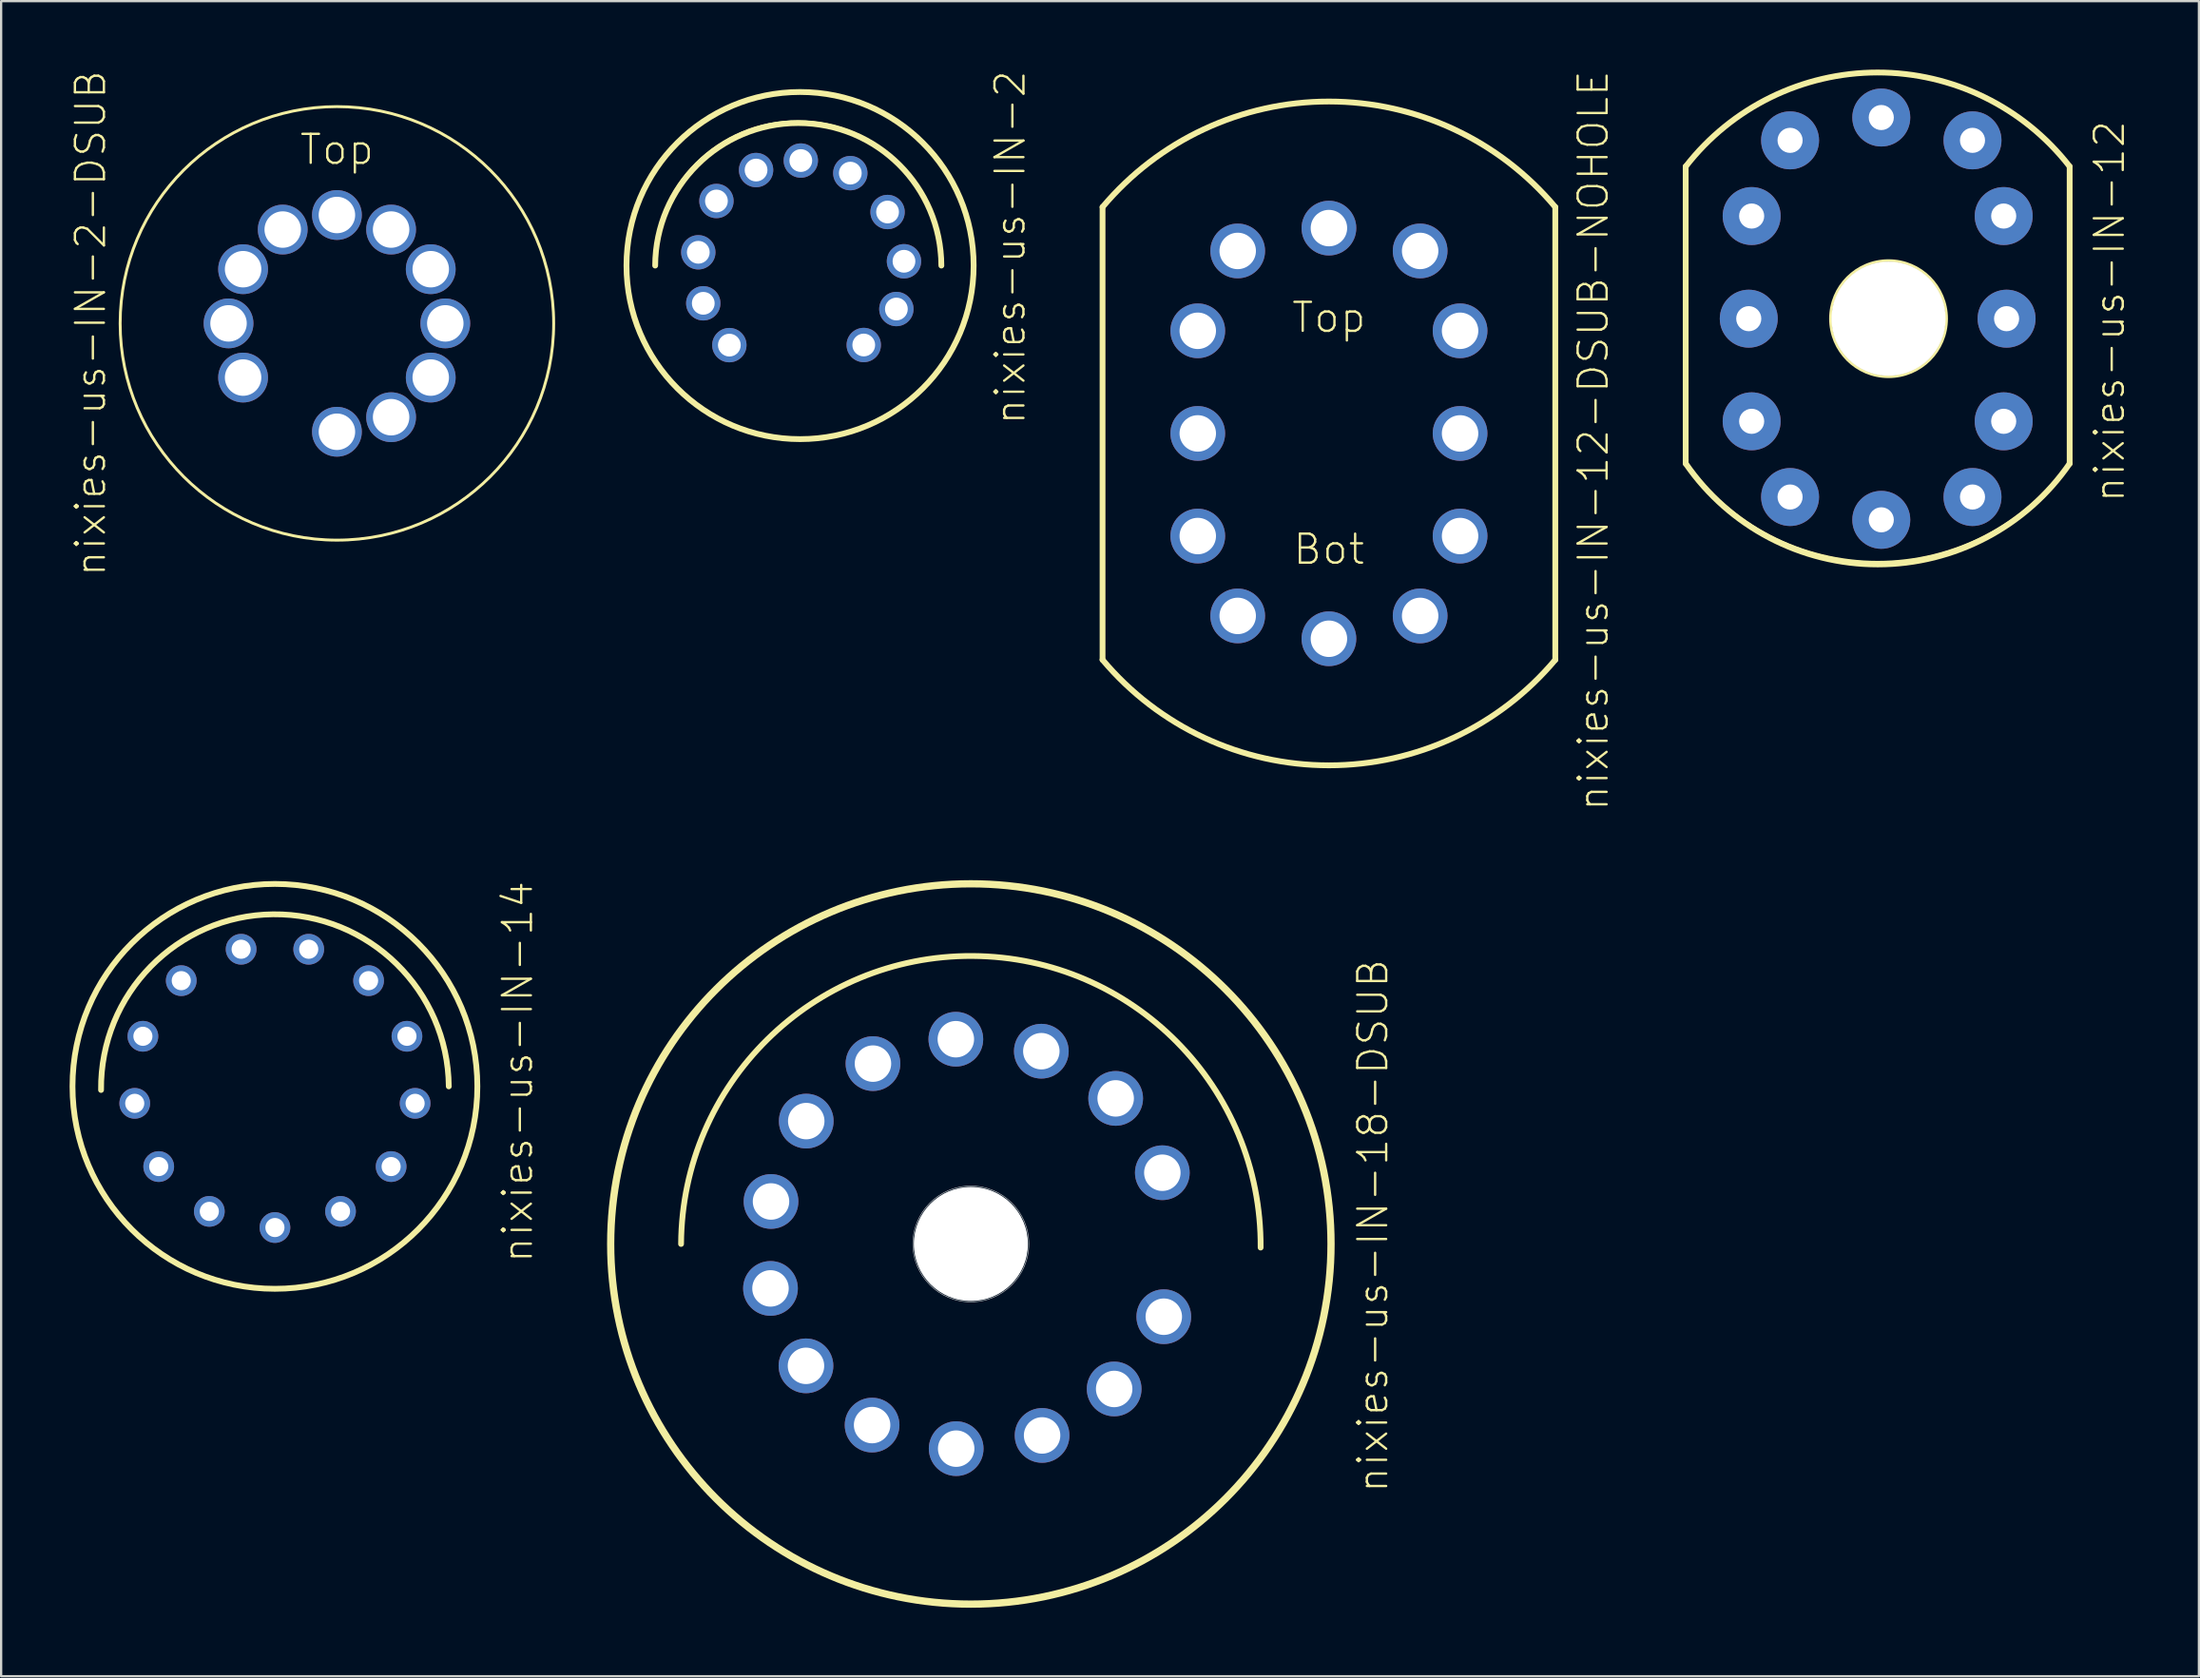
<source format=kicad_pcb>
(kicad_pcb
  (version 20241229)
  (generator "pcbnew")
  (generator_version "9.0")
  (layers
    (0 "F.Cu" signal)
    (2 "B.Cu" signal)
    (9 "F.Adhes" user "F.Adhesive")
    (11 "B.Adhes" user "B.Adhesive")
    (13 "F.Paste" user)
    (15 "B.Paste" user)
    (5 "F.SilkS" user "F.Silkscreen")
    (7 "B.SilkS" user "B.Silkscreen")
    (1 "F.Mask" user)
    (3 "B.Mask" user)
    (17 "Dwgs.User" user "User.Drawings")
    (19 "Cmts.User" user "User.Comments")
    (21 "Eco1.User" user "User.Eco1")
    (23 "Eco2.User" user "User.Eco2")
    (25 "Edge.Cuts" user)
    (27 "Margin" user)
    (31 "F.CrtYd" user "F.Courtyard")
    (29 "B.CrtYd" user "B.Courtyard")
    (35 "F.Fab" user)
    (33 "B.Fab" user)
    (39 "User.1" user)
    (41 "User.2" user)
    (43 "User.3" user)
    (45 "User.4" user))
  (footprint "nixies-us-IN-12"
    (layer "F.Cu")
    (at 79.718 10.917)
    (property "Reference" "nixies-us-IN-12" (at 9.682 -0.318 90) (layer "F.SilkS") (effects (font (size 1.27 1.27) (thickness 0.102))))
    (attr exclude_from_pos_files exclude_from_bom)
    (fp_line (start -8.89 6.19) (end -8.89 -6.668) (stroke (width 0.254) (type solid)) (layer "F.SilkS"))
    (fp_line (start -8.89 6.19) (end -8.89 6.35) (stroke (width 0.254) (type solid)) (layer "F.SilkS"))
    (fp_line (start 7.938 -6.668) (end 7.938 6.35) (stroke (width 0.254) (type solid)) (layer "F.SilkS"))
    (fp_arc (start -8.89 -6.6675) (mid -0.483925 -10.789801) (end 7.929063 -6.681627) (stroke (width 0.254) (type solid)) (layer "F.SilkS"))
    (fp_arc (start -8.89 -6.6675) (mid -0.483112 -10.757563) (end 7.929982 -6.680281) (stroke (width 0.127) (type solid)) (layer "F.SilkS"))
    (fp_arc (start 7.9375 6.35) (mid -0.475414 10.677846) (end -8.887964 6.349294) (stroke (width 0.127) (type solid)) (layer "F.SilkS"))
    (fp_arc (start 7.9375 6.35) (mid -0.469135 10.76972) (end -8.880822 6.359623) (stroke (width 0.254) (type solid)) (layer "F.SilkS"))
    (fp_circle (center 0 0) (end 0 -2.54) (stroke (width 0.127) (type solid)) (fill no) (layer "F.SilkS"))
    (pad "" np_thru_hole circle (at 0 0) (size 4.999 4.999) (drill 4.999) (layers "*.Cu" "*.Mask"))
    (pad "0" thru_hole circle (at 5.047 4.498) (size 2.54 2.54) (drill 1.1) (layers "*.Cu" "*.Mask"))
    (pad "1" thru_hole circle (at -4.315 7.816) (size 2.54 2.54) (drill 1.1) (layers "*.Cu" "*.Mask"))
    (pad "2" thru_hole circle (at -5.999 4.498) (size 2.54 2.54) (drill 1.1) (layers "*.Cu" "*.Mask"))
    (pad "3" thru_hole circle (at -6.126 0) (size 2.54 2.54) (drill 1.1) (layers "*.Cu" "*.Mask"))
    (pad "4" thru_hole circle (at -5.999 -4.498) (size 2.54 2.54) (drill 1.1) (layers "*.Cu" "*.Mask"))
    (pad "5" thru_hole circle (at -4.315 -7.816) (size 2.54 2.54) (drill 1.1) (layers "*.Cu" "*.Mask"))
    (pad "6" thru_hole circle (at -0.318 -8.816) (size 2.54 2.54) (drill 1.1) (layers "*.Cu" "*.Mask"))
    (pad "7" thru_hole circle (at 3.68 -7.816) (size 2.54 2.54) (drill 1.1) (layers "*.Cu" "*.Mask"))
    (pad "8" thru_hole circle (at 5.047 -4.498) (size 2.54 2.54) (drill 1.1) (layers "*.Cu" "*.Mask"))
    (pad "9" thru_hole circle (at 5.174 0) (size 2.54 2.54) (drill 1.1) (layers "*.Cu" "*.Mask"))
    (pad "A" thru_hole circle (at 3.68 7.816) (size 2.54 2.54) (drill 1.1) (layers "*.Cu" "*.Mask"))
    (pad "LHDP" thru_hole circle (at -0.318 8.816) (size 2.54 2.54) (drill 1.1) (layers "*.Cu" "*.Mask")))
  (footprint "nixies-us-IN-2"
    (layer "F.Cu")
    (at 32.014 8.589)
    (property "Reference" "nixies-us-IN-2" (at 9.207 -0.792 90) (layer "F.SilkS") (effects (font (size 1.27 1.27) (thickness 0.102))))
    (attr exclude_from_pos_files exclude_from_bom)
    (fp_arc (start -6.35762 -0.08636) (mid -0.094355 -6.319533) (end 6.144282 -0.06171) (stroke (width 0.127) (type solid)) (layer "F.SilkS"))
    (fp_arc (start -6.35 0) (mid -0.07874 -6.27126) (end 6.19252 0) (stroke (width 0.254) (type solid)) (layer "F.SilkS"))
    (fp_circle (center 0 0) (end 0 -7.62) (stroke (width 0.127) (type solid)) (fill no) (layer "F.SilkS"))
    (fp_circle (center 0 0) (end 0 -7.607) (stroke (width 0.254) (type solid)) (fill no) (layer "F.SilkS"))
    (pad "0" thru_hole circle (at -4.242 1.654) (size 1.506 1.506) (drill 0.998) (layers "*.Cu" "*.Mask"))
    (pad "1" thru_hole circle (at 2.791 3.482) (size 1.506 1.506) (drill 0.998) (layers "*.Cu" "*.Mask"))
    (pad "2" thru_hole circle (at 4.221 1.905) (size 1.506 1.506) (drill 0.998) (layers "*.Cu" "*.Mask"))
    (pad "3" thru_hole circle (at 4.554 -0.188) (size 1.506 1.506) (drill 0.998) (layers "*.Cu" "*.Mask"))
    (pad "4" thru_hole circle (at 3.835 -2.347) (size 1.506 1.506) (drill 0.998) (layers "*.Cu" "*.Mask"))
    (pad "5" thru_hole circle (at 2.202 -4.051) (size 1.506 1.506) (drill 0.998) (layers "*.Cu" "*.Mask"))
    (pad "6" thru_hole circle (at 0.033 -4.602) (size 1.506 1.506) (drill 0.998) (layers "*.Cu" "*.Mask"))
    (pad "7" thru_hole circle (at -1.928 -4.186) (size 1.506 1.506) (drill 0.998) (layers "*.Cu" "*.Mask"))
    (pad "8" thru_hole circle (at -3.665 -2.83) (size 1.506 1.506) (drill 0.998) (layers "*.Cu" "*.Mask"))
    (pad "9" thru_hole circle (at -4.46 -0.582) (size 1.506 1.506) (drill 0.998) (layers "*.Cu" "*.Mask"))
    (pad "A" thru_hole circle (at -3.099 3.487) (size 1.506 1.506) (drill 0.998) (layers "*.Cu" "*.Mask")))
  (footprint "nixies-us-IN-14"
    (layer "F.Cu")
    (at 8.999 44.563)
    (property "Reference" "nixies-us-IN-14" (at 10.635 -0.635 90) (layer "F.SilkS") (effects (font (size 1.27 1.27) (thickness 0.102))))
    (attr exclude_from_pos_files exclude_from_bom)
    (fp_arc (start -7.62 0.15748) (mid -0.07874 -7.54126) (end 7.62 0) (stroke (width 0.254) (type solid)) (layer "F.SilkS"))
    (fp_circle (center 0 0) (end 0 -8.872) (stroke (width 0.254) (type solid)) (fill no) (layer "F.SilkS"))
    (pad "0" thru_hole circle (at 5.093 3.515) (size 1.346 1.346) (drill 0.838) (layers "*.Cu" "*.Mask"))
    (pad "1" thru_hole circle (at -5.093 3.515) (size 1.346 1.346) (drill 0.838) (layers "*.Cu" "*.Mask"))
    (pad "2" thru_hole circle (at -6.144 0.744) (size 1.346 1.346) (drill 0.838) (layers "*.Cu" "*.Mask"))
    (pad "3" thru_hole circle (at -5.786 -2.195) (size 1.346 1.346) (drill 0.838) (layers "*.Cu" "*.Mask"))
    (pad "4" thru_hole circle (at -4.105 -4.633) (size 1.346 1.346) (drill 0.838) (layers "*.Cu" "*.Mask"))
    (pad "5" thru_hole circle (at -1.481 -6.01) (size 1.346 1.346) (drill 0.838) (layers "*.Cu" "*.Mask"))
    (pad "6" thru_hole circle (at 1.481 -6.01) (size 1.346 1.346) (drill 0.838) (layers "*.Cu" "*.Mask"))
    (pad "7" thru_hole circle (at 4.105 -4.633) (size 1.346 1.346) (drill 0.838) (layers "*.Cu" "*.Mask"))
    (pad "8" thru_hole circle (at 5.786 -2.195) (size 1.346 1.346) (drill 0.838) (layers "*.Cu" "*.Mask"))
    (pad "9" thru_hole circle (at 6.144 0.744) (size 1.346 1.346) (drill 0.838) (layers "*.Cu" "*.Mask"))
    (pad "A" thru_hole circle (at 0 6.187) (size 1.346 1.346) (drill 0.838) (layers "*.Cu" "*.Mask"))
    (pad "LHDP" thru_hole circle (at 2.875 5.479) (size 1.346 1.346) (drill 0.838) (layers "*.Cu" "*.Mask"))
    (pad "RHDP" thru_hole circle (at -2.875 5.479) (size 1.346 1.346) (drill 0.838) (layers "*.Cu" "*.Mask")))
  (footprint "nixies-us-IN-2-DSUB"
    (layer "F.Cu")
    (at 11.716 11.123)
    (property "Reference" "nixies-us-IN-2-DSUB" (at -10.795 0 270) (layer "F.SilkS") (effects (font (size 1.27 1.27) (thickness 0.102))))
    (attr exclude_from_pos_files exclude_from_bom)
    (fp_circle (center 0 0) (end 0 -9.5) (stroke (width 0.127) (type solid)) (fill no) (layer "F.SilkS"))
    (fp_text user "Top" (at 0 -7.62 0) (layer "F.SilkS") (effects (font (size 1.27 1.27) (thickness 0.102))))
    (pad "0" thru_hole circle (at -4.75 0) (size 2.182 2.182) (drill 1.598) (layers "*.Cu" "*.Mask"))
    (pad "1" thru_hole circle (at 0 4.75) (size 2.182 2.182) (drill 1.598) (layers "*.Cu" "*.Mask"))
    (pad "2" thru_hole circle (at 2.375 4.112) (size 2.182 2.182) (drill 1.598) (layers "*.Cu" "*.Mask"))
    (pad "3" thru_hole circle (at 4.112 2.375) (size 2.182 2.182) (drill 1.598) (layers "*.Cu" "*.Mask"))
    (pad "4" thru_hole circle (at 4.75 0) (size 2.182 2.182) (drill 1.598) (layers "*.Cu" "*.Mask"))
    (pad "5" thru_hole circle (at 4.112 -2.375) (size 2.182 2.182) (drill 1.598) (layers "*.Cu" "*.Mask"))
    (pad "6" thru_hole circle (at 2.375 -4.112) (size 2.182 2.182) (drill 1.598) (layers "*.Cu" "*.Mask"))
    (pad "7" thru_hole circle (at 0 -4.75) (size 2.182 2.182) (drill 1.598) (layers "*.Cu" "*.Mask"))
    (pad "8" thru_hole circle (at -2.375 -4.112) (size 2.182 2.182) (drill 1.598) (layers "*.Cu" "*.Mask"))
    (pad "9" thru_hole circle (at -4.112 -2.375) (size 2.182 2.182) (drill 1.598) (layers "*.Cu" "*.Mask"))
    (pad "A" thru_hole circle (at -4.112 2.375) (size 2.182 2.182) (drill 1.598) (layers "*.Cu" "*.Mask")))
  (footprint "nixies-us-IN-12-DSUB-NOHOLE"
    (layer "F.Cu")
    (at 55.192 15.946)
    (property "Reference" "nixies-us-IN-12-DSUB-NOHOLE" (at 11.587 0.318 90) (layer "F.SilkS") (effects (font (size 1.27 1.27) (thickness 0.102))))
    (attr exclude_from_pos_files exclude_from_bom)
    (fp_line (start -9.921 9.921) (end -9.921 -9.921) (stroke (width 0.254) (type solid)) (layer "F.SilkS"))
    (fp_line (start 9.921 -9.921) (end 9.921 9.921) (stroke (width 0.254) (type solid)) (layer "F.SilkS"))
    (fp_arc (start -9.92124 -9.92124) (mid 0.000928 -14.547158) (end 9.922433 -9.919819) (stroke (width 0.254) (type solid)) (layer "F.SilkS"))
    (fp_arc (start 9.92124 9.92124) (mid -0.000928 14.547158) (end -9.922433 9.919819) (stroke (width 0.254) (type solid)) (layer "F.SilkS"))
    (fp_text user "Bot" (at 0 5.08 0) (layer "F.SilkS") (effects (font (size 1.27 1.27) (thickness 0.102))))
    (fp_text user "Top" (at 0 -5.08 0) (layer "F.SilkS") (effects (font (size 1.27 1.27) (thickness 0.102))))
    (pad "0" thru_hole circle (at 5.748 4.498) (size 2.398 2.398) (drill 1.598) (layers "*.Cu" "*.Mask"))
    (pad "1" thru_hole circle (at -3.998 7.998) (size 2.398 2.398) (drill 1.598) (layers "*.Cu" "*.Mask"))
    (pad "2" thru_hole circle (at -5.748 4.498) (size 2.398 2.398) (drill 1.598) (layers "*.Cu" "*.Mask"))
    (pad "3" thru_hole circle (at -5.748 0) (size 2.398 2.398) (drill 1.598) (layers "*.Cu" "*.Mask"))
    (pad "4" thru_hole circle (at -5.748 -4.498) (size 2.398 2.398) (drill 1.598) (layers "*.Cu" "*.Mask"))
    (pad "5" thru_hole circle (at -3.998 -7.998) (size 2.398 2.398) (drill 1.598) (layers "*.Cu" "*.Mask"))
    (pad "6" thru_hole circle (at 0 -8.999) (size 2.398 2.398) (drill 1.598) (layers "*.Cu" "*.Mask"))
    (pad "7" thru_hole circle (at 3.998 -7.998) (size 2.398 2.398) (drill 1.598) (layers "*.Cu" "*.Mask"))
    (pad "8" thru_hole circle (at 5.748 -4.498) (size 2.398 2.398) (drill 1.598) (layers "*.Cu" "*.Mask"))
    (pad "9" thru_hole circle (at 5.748 0) (size 2.398 2.398) (drill 1.598) (layers "*.Cu" "*.Mask"))
    (pad "A" thru_hole circle (at 3.998 7.998) (size 2.398 2.398) (drill 1.598) (layers "*.Cu" "*.Mask"))
    (pad "LHDP" thru_hole circle (at 0 8.999) (size 2.398 2.398) (drill 1.598) (layers "*.Cu" "*.Mask")))
  (footprint "nixies-us-IN-18-DSUB"
    (layer "F.Cu")
    (at 39.499 51.47)
    (property "Reference" "nixies-us-IN-18-DSUB" (at 17.62 -0.792 90) (layer "F.SilkS") (effects (font (size 1.27 1.27) (thickness 0.102))))
    (attr exclude_from_pos_files exclude_from_bom)
    (fp_circle (center 0 0) (end 0 -2.54) (stroke (width 0.025) (type solid)) (fill no) (layer "F.Mask"))
    (fp_circle (center 0 0) (end 0 -1.27) (stroke (width 2.54) (type solid)) (fill no) (layer "F.Mask"))
    (fp_circle (center 0 0) (end 0 -1.27) (stroke (width 2.54) (type solid)) (fill no) (layer "B.Mask"))
    (fp_arc (start -12.7 0) (mid 0.07874 -12.62126) (end 12.7 0.15748) (stroke (width 0.254) (type solid)) (layer "F.SilkS"))
    (fp_circle (center 0 0) (end 0 -15.817) (stroke (width 0.254) (type solid)) (fill no) (layer "F.SilkS"))
    (fp_circle (center 0 0) (end 0 -15.753) (stroke (width 0.254) (type solid)) (fill no) (layer "F.SilkS"))
    (fp_circle (center 0 0) (end 0 -2.54) (stroke (width 0.025) (type solid)) (fill no) (layer "Dwgs.User"))
    (pad "" np_thru_hole circle (at 0 0) (size 4.999 4.999) (drill 4.999) (layers "*.Cu" "*.Mask"))
    (pad "0" thru_hole circle (at 6.281 6.355) (size 2.398 2.398) (drill 1.598) (layers "*.Cu" "*.Mask"))
    (pad "1" thru_hole circle (at -0.643 8.971) (size 2.398 2.398) (drill 1.598) (layers "*.Cu" "*.Mask"))
    (pad "2" thru_hole circle (at -4.328 7.938) (size 2.398 2.398) (drill 1.598) (layers "*.Cu" "*.Mask"))
    (pad "3" thru_hole circle (at -8.758 -1.862) (size 2.398 2.398) (drill 1.598) (layers "*.Cu" "*.Mask"))
    (pad "4" thru_hole circle (at 6.347 -6.38) (size 2.398 2.398) (drill 1.598) (layers "*.Cu" "*.Mask"))
    (pad "5" thru_hole circle (at 3.089 -8.448) (size 2.398 2.398) (drill 1.598) (layers "*.Cu" "*.Mask"))
    (pad "6" thru_hole circle (at -4.29 -7.904) (size 2.398 2.398) (drill 1.598) (layers "*.Cu" "*.Mask"))
    (pad "7" thru_hole circle (at -7.214 -5.385) (size 2.398 2.398) (drill 1.598) (layers "*.Cu" "*.Mask"))
    (pad "8" thru_hole circle (at -7.226 5.342) (size 2.398 2.398) (drill 1.598) (layers "*.Cu" "*.Mask"))
    (pad "9" thru_hole circle (at 8.456 3.188) (size 2.398 2.398) (drill 1.598) (layers "*.Cu" "*.Mask"))
    (pad "A" thru_hole circle (at -0.658 -8.974) (size 2.398 2.398) (drill 1.598) (layers "*.Cu" "*.Mask"))
    (pad "A2" thru_hole circle (at 3.122 8.392) (size 2.398 2.398) (drill 1.598) (layers "*.Cu" "*.Mask"))
    (pad "N/C" thru_hole circle (at 8.392 -3.122) (size 2.398 2.398) (drill 1.598) (layers "*.Cu" "*.Mask"))
    (pad "N/C2" thru_hole circle (at -8.781 1.948) (size 2.398 2.398) (drill 1.598) (layers "*.Cu" "*.Mask")))
  (gr_rect
    (start -3 -3)
    (end 93.321 70.414)
    (stroke (width 0.1) (type default))
    (fill no)
    (layer "Edge.Cuts")))
</source>
